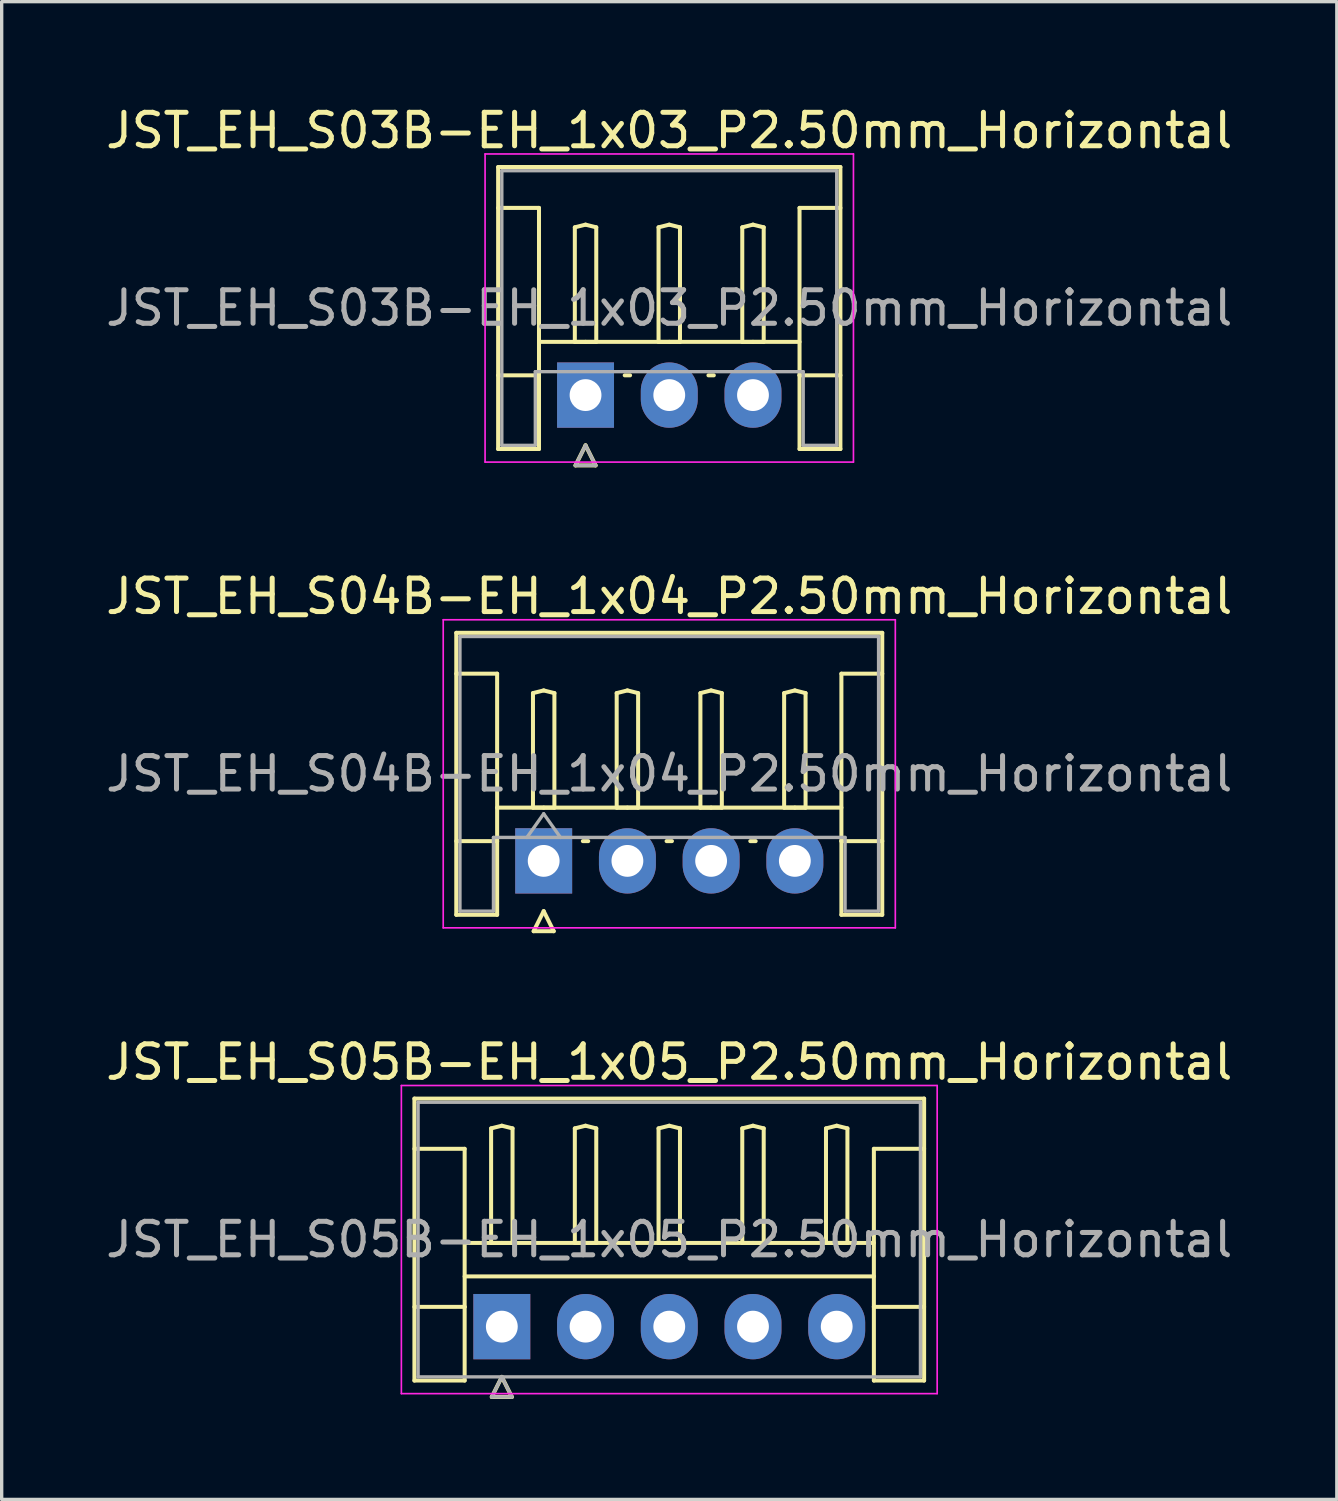
<source format=kicad_pcb>
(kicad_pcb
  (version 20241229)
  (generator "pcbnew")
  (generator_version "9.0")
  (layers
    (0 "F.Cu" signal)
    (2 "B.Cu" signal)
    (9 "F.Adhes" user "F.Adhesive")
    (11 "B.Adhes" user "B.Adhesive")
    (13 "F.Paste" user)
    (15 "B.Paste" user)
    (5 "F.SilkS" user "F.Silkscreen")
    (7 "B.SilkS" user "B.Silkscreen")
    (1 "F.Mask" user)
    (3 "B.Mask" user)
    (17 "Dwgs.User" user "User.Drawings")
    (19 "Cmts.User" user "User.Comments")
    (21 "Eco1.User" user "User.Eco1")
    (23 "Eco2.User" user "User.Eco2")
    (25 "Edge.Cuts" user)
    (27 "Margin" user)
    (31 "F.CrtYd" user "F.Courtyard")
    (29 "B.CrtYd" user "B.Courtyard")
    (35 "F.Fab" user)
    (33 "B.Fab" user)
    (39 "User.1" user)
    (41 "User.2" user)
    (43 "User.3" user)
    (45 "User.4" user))
  (footprint "JST_EH_S05B-EH_1x05_P2.50mm_Horizontal"
    (layer "F.Cu")
    (at 11.935 36.565)
    (property "Reference" "JST_EH_S05B-EH_1x05_P2.50mm_Horizontal" (at 5 -7.9 0) (layer "F.SilkS") (effects (font (size 1 1) (thickness 0.15))))
    (attr through_hole)
    (fp_line (start -2.61 -6.81) (end 12.61 -6.81) (stroke (width 0.12) (type solid)) (layer "F.SilkS"))
    (fp_line (start -2.61 -5.31) (end -1.11 -5.31) (stroke (width 0.12) (type solid)) (layer "F.SilkS"))
    (fp_line (start -2.61 1.61) (end -2.61 -6.81) (stroke (width 0.12) (type solid)) (layer "F.SilkS"))
    (fp_line (start -1.11 -5.31) (end -1.11 -0.59) (stroke (width 0.12) (type solid)) (layer "F.SilkS"))
    (fp_line (start -1.11 -2.5) (end 11.11 -2.5) (stroke (width 0.12) (type solid)) (layer "F.SilkS"))
    (fp_line (start -1.11 -1.5) (end 11.11 -1.5) (stroke (width 0.12) (type solid)) (layer "F.SilkS"))
    (fp_line (start -1.11 -0.59) (end -2.61 -0.59) (stroke (width 0.12) (type solid)) (layer "F.SilkS"))
    (fp_line (start -1.11 -0.59) (end -1.11 1.61) (stroke (width 0.12) (type solid)) (layer "F.SilkS"))
    (fp_line (start -1.11 1.61) (end -2.61 1.61) (stroke (width 0.12) (type solid)) (layer "F.SilkS"))
    (fp_line (start -0.32 -5.92) (end 0 -6) (stroke (width 0.12) (type solid)) (layer "F.SilkS"))
    (fp_line (start -0.32 -2.5) (end -0.32 -5.92) (stroke (width 0.12) (type solid)) (layer "F.SilkS"))
    (fp_line (start -0.3 2.1) (end 0.3 2.1) (stroke (width 0.12) (type solid)) (layer "F.SilkS"))
    (fp_line (start 0 -6) (end 0.32 -5.92) (stroke (width 0.12) (type solid)) (layer "F.SilkS"))
    (fp_line (start 0 -2.5) (end -0.32 -2.5) (stroke (width 0.12) (type solid)) (layer "F.SilkS"))
    (fp_line (start 0 1.5) (end -0.3 2.1) (stroke (width 0.12) (type solid)) (layer "F.SilkS"))
    (fp_line (start 0.3 2.1) (end 0 1.5) (stroke (width 0.12) (type solid)) (layer "F.SilkS"))
    (fp_line (start 0.32 -5.92) (end 0.32 -2.5) (stroke (width 0.12) (type solid)) (layer "F.SilkS"))
    (fp_line (start 0.32 -2.5) (end 0 -2.5) (stroke (width 0.12) (type solid)) (layer "F.SilkS"))
    (fp_line (start 2.18 -5.92) (end 2.5 -6) (stroke (width 0.12) (type solid)) (layer "F.SilkS"))
    (fp_line (start 2.18 -2.5) (end 2.18 -5.92) (stroke (width 0.12) (type solid)) (layer "F.SilkS"))
    (fp_line (start 2.5 -6) (end 2.82 -5.92) (stroke (width 0.12) (type solid)) (layer "F.SilkS"))
    (fp_line (start 2.5 -2.5) (end 2.18 -2.5) (stroke (width 0.12) (type solid)) (layer "F.SilkS"))
    (fp_line (start 2.82 -5.92) (end 2.82 -2.5) (stroke (width 0.12) (type solid)) (layer "F.SilkS"))
    (fp_line (start 2.82 -2.5) (end 2.5 -2.5) (stroke (width 0.12) (type solid)) (layer "F.SilkS"))
    (fp_line (start 4.68 -5.92) (end 5 -6) (stroke (width 0.12) (type solid)) (layer "F.SilkS"))
    (fp_line (start 4.68 -2.5) (end 4.68 -5.92) (stroke (width 0.12) (type solid)) (layer "F.SilkS"))
    (fp_line (start 5 -6) (end 5.32 -5.92) (stroke (width 0.12) (type solid)) (layer "F.SilkS"))
    (fp_line (start 5 -2.5) (end 4.68 -2.5) (stroke (width 0.12) (type solid)) (layer "F.SilkS"))
    (fp_line (start 5.32 -5.92) (end 5.32 -2.5) (stroke (width 0.12) (type solid)) (layer "F.SilkS"))
    (fp_line (start 5.32 -2.5) (end 5 -2.5) (stroke (width 0.12) (type solid)) (layer "F.SilkS"))
    (fp_line (start 7.18 -5.92) (end 7.5 -6) (stroke (width 0.12) (type solid)) (layer "F.SilkS"))
    (fp_line (start 7.18 -2.5) (end 7.18 -5.92) (stroke (width 0.12) (type solid)) (layer "F.SilkS"))
    (fp_line (start 7.5 -6) (end 7.82 -5.92) (stroke (width 0.12) (type solid)) (layer "F.SilkS"))
    (fp_line (start 7.5 -2.5) (end 7.18 -2.5) (stroke (width 0.12) (type solid)) (layer "F.SilkS"))
    (fp_line (start 7.82 -5.92) (end 7.82 -2.5) (stroke (width 0.12) (type solid)) (layer "F.SilkS"))
    (fp_line (start 7.82 -2.5) (end 7.5 -2.5) (stroke (width 0.12) (type solid)) (layer "F.SilkS"))
    (fp_line (start 9.68 -5.92) (end 10 -6) (stroke (width 0.12) (type solid)) (layer "F.SilkS"))
    (fp_line (start 9.68 -2.5) (end 9.68 -5.92) (stroke (width 0.12) (type solid)) (layer "F.SilkS"))
    (fp_line (start 10 -6) (end 10.32 -5.92) (stroke (width 0.12) (type solid)) (layer "F.SilkS"))
    (fp_line (start 10 -2.5) (end 9.68 -2.5) (stroke (width 0.12) (type solid)) (layer "F.SilkS"))
    (fp_line (start 10.32 -5.92) (end 10.32 -2.5) (stroke (width 0.12) (type solid)) (layer "F.SilkS"))
    (fp_line (start 10.32 -2.5) (end 10 -2.5) (stroke (width 0.12) (type solid)) (layer "F.SilkS"))
    (fp_line (start 11.11 -5.31) (end 11.11 -0.59) (stroke (width 0.12) (type solid)) (layer "F.SilkS"))
    (fp_line (start 11.11 -0.59) (end 12.61 -0.59) (stroke (width 0.12) (type solid)) (layer "F.SilkS"))
    (fp_line (start 11.11 1.61) (end 11.11 -0.59) (stroke (width 0.12) (type solid)) (layer "F.SilkS"))
    (fp_line (start 12.61 -6.81) (end 12.61 1.61) (stroke (width 0.12) (type solid)) (layer "F.SilkS"))
    (fp_line (start 12.61 -5.31) (end 11.11 -5.31) (stroke (width 0.12) (type solid)) (layer "F.SilkS"))
    (fp_line (start 12.61 1.61) (end 11.11 1.61) (stroke (width 0.12) (type solid)) (layer "F.SilkS"))
    (fp_line (start -3 -7.2) (end -3 2) (stroke (width 0.05) (type solid)) (layer "F.CrtYd"))
    (fp_line (start -3 2) (end 13 2) (stroke (width 0.05) (type solid)) (layer "F.CrtYd"))
    (fp_line (start 13 -7.2) (end -3 -7.2) (stroke (width 0.05) (type solid)) (layer "F.CrtYd"))
    (fp_line (start 13 2) (end 13 -7.2) (stroke (width 0.05) (type solid)) (layer "F.CrtYd"))
    (fp_line (start -2.5 -6.7) (end -2.5 1.5) (stroke (width 0.1) (type solid)) (layer "F.Fab"))
    (fp_line (start -2.5 1.5) (end 12.5 1.5) (stroke (width 0.1) (type solid)) (layer "F.Fab"))
    (fp_line (start -0.3 2.1) (end 0.3 2.1) (stroke (width 0.1) (type solid)) (layer "F.Fab"))
    (fp_line (start 0 1.5) (end -0.3 2.1) (stroke (width 0.1) (type solid)) (layer "F.Fab"))
    (fp_line (start 0.3 2.1) (end 0 1.5) (stroke (width 0.1) (type solid)) (layer "F.Fab"))
    (fp_line (start 12.5 -6.7) (end -2.5 -6.7) (stroke (width 0.1) (type solid)) (layer "F.Fab"))
    (fp_line (start 12.5 1.5) (end 12.5 -6.7) (stroke (width 0.1) (type solid)) (layer "F.Fab"))
    (fp_text user "${REFERENCE}" (at 5 -2.6 0) (layer "F.Fab") (effects (font (size 1 1) (thickness 0.15))))
    (pad "1" thru_hole rect (at 0 0) (size 1.7 1.95) (drill 0.95) (layers "*.Cu" "*.Mask"))
    (pad "2" thru_hole oval (at 2.5 0) (size 1.7 1.95) (drill 0.95) (layers "*.Cu" "*.Mask"))
    (pad "3" thru_hole oval (at 5 0) (size 1.7 1.95) (drill 0.95) (layers "*.Cu" "*.Mask"))
    (pad "4" thru_hole oval (at 7.5 0) (size 1.7 1.95) (drill 0.95) (layers "*.Cu" "*.Mask"))
    (pad "5" thru_hole oval (at 10 0) (size 1.7 1.95) (drill 0.95) (layers "*.Cu" "*.Mask")))
  (footprint "JST_EH_S04B-EH_1x04_P2.50mm_Horizontal"
    (layer "F.Cu")
    (at 13.185 22.657)
    (property "Reference" "JST_EH_S04B-EH_1x04_P2.50mm_Horizontal" (at 3.75 -7.9 0) (layer "F.SilkS") (effects (font (size 1 1) (thickness 0.15))))
    (attr through_hole)
    (fp_line (start -2.61 -6.81) (end 10.11 -6.81) (stroke (width 0.12) (type solid)) (layer "F.SilkS"))
    (fp_line (start -2.61 -5.59) (end -1.39 -5.59) (stroke (width 0.12) (type solid)) (layer "F.SilkS"))
    (fp_line (start -2.61 1.61) (end -2.61 -6.81) (stroke (width 0.12) (type solid)) (layer "F.SilkS"))
    (fp_line (start -1.39 -5.59) (end -1.39 -0.59) (stroke (width 0.12) (type solid)) (layer "F.SilkS"))
    (fp_line (start -1.39 -1.59) (end 8.89 -1.59) (stroke (width 0.12) (type solid)) (layer "F.SilkS"))
    (fp_line (start -1.39 -0.59) (end -2.61 -0.59) (stroke (width 0.12) (type solid)) (layer "F.SilkS"))
    (fp_line (start -1.39 -0.59) (end -1.39 1.61) (stroke (width 0.12) (type solid)) (layer "F.SilkS"))
    (fp_line (start -1.39 1.61) (end -2.61 1.61) (stroke (width 0.12) (type solid)) (layer "F.SilkS"))
    (fp_line (start -0.32 -5.01) (end 0 -5.09) (stroke (width 0.12) (type solid)) (layer "F.SilkS"))
    (fp_line (start -0.32 -1.59) (end -0.32 -5.01) (stroke (width 0.12) (type solid)) (layer "F.SilkS"))
    (fp_line (start -0.3 2.1) (end 0.3 2.1) (stroke (width 0.12) (type solid)) (layer "F.SilkS"))
    (fp_line (start 0 -5.09) (end 0.32 -5.01) (stroke (width 0.12) (type solid)) (layer "F.SilkS"))
    (fp_line (start 0 -1.59) (end -0.32 -1.59) (stroke (width 0.12) (type solid)) (layer "F.SilkS"))
    (fp_line (start 0 1.5) (end -0.3 2.1) (stroke (width 0.12) (type solid)) (layer "F.SilkS"))
    (fp_line (start 0.3 2.1) (end 0 1.5) (stroke (width 0.12) (type solid)) (layer "F.SilkS"))
    (fp_line (start 0.32 -5.01) (end 0.32 -1.59) (stroke (width 0.12) (type solid)) (layer "F.SilkS"))
    (fp_line (start 0.32 -1.59) (end 0 -1.59) (stroke (width 0.12) (type solid)) (layer "F.SilkS"))
    (fp_line (start 1.17 -0.59) (end 1.33 -0.59) (stroke (width 0.12) (type solid)) (layer "F.SilkS"))
    (fp_line (start 2.18 -5.01) (end 2.5 -5.09) (stroke (width 0.12) (type solid)) (layer "F.SilkS"))
    (fp_line (start 2.18 -1.59) (end 2.18 -5.01) (stroke (width 0.12) (type solid)) (layer "F.SilkS"))
    (fp_line (start 2.5 -5.09) (end 2.82 -5.01) (stroke (width 0.12) (type solid)) (layer "F.SilkS"))
    (fp_line (start 2.5 -1.59) (end 2.18 -1.59) (stroke (width 0.12) (type solid)) (layer "F.SilkS"))
    (fp_line (start 2.82 -5.01) (end 2.82 -1.59) (stroke (width 0.12) (type solid)) (layer "F.SilkS"))
    (fp_line (start 2.82 -1.59) (end 2.5 -1.59) (stroke (width 0.12) (type solid)) (layer "F.SilkS"))
    (fp_line (start 3.67 -0.59) (end 3.83 -0.59) (stroke (width 0.12) (type solid)) (layer "F.SilkS"))
    (fp_line (start 4.68 -5.01) (end 5 -5.09) (stroke (width 0.12) (type solid)) (layer "F.SilkS"))
    (fp_line (start 4.68 -1.59) (end 4.68 -5.01) (stroke (width 0.12) (type solid)) (layer "F.SilkS"))
    (fp_line (start 5 -5.09) (end 5.32 -5.01) (stroke (width 0.12) (type solid)) (layer "F.SilkS"))
    (fp_line (start 5 -1.59) (end 4.68 -1.59) (stroke (width 0.12) (type solid)) (layer "F.SilkS"))
    (fp_line (start 5.32 -5.01) (end 5.32 -1.59) (stroke (width 0.12) (type solid)) (layer "F.SilkS"))
    (fp_line (start 5.32 -1.59) (end 5 -1.59) (stroke (width 0.12) (type solid)) (layer "F.SilkS"))
    (fp_line (start 6.17 -0.59) (end 6.33 -0.59) (stroke (width 0.12) (type solid)) (layer "F.SilkS"))
    (fp_line (start 7.18 -5.01) (end 7.5 -5.09) (stroke (width 0.12) (type solid)) (layer "F.SilkS"))
    (fp_line (start 7.18 -1.59) (end 7.18 -5.01) (stroke (width 0.12) (type solid)) (layer "F.SilkS"))
    (fp_line (start 7.5 -5.09) (end 7.82 -5.01) (stroke (width 0.12) (type solid)) (layer "F.SilkS"))
    (fp_line (start 7.5 -1.59) (end 7.18 -1.59) (stroke (width 0.12) (type solid)) (layer "F.SilkS"))
    (fp_line (start 7.82 -5.01) (end 7.82 -1.59) (stroke (width 0.12) (type solid)) (layer "F.SilkS"))
    (fp_line (start 7.82 -1.59) (end 7.5 -1.59) (stroke (width 0.12) (type solid)) (layer "F.SilkS"))
    (fp_line (start 8.89 -5.59) (end 8.89 -0.59) (stroke (width 0.12) (type solid)) (layer "F.SilkS"))
    (fp_line (start 8.89 -0.59) (end 10.11 -0.59) (stroke (width 0.12) (type solid)) (layer "F.SilkS"))
    (fp_line (start 8.89 1.61) (end 8.89 -0.59) (stroke (width 0.12) (type solid)) (layer "F.SilkS"))
    (fp_line (start 10.11 -6.81) (end 10.11 1.61) (stroke (width 0.12) (type solid)) (layer "F.SilkS"))
    (fp_line (start 10.11 -5.59) (end 8.89 -5.59) (stroke (width 0.12) (type solid)) (layer "F.SilkS"))
    (fp_line (start 10.11 1.61) (end 8.89 1.61) (stroke (width 0.12) (type solid)) (layer "F.SilkS"))
    (fp_line (start -3 -7.2) (end -3 2) (stroke (width 0.05) (type solid)) (layer "F.CrtYd"))
    (fp_line (start -3 2) (end 10.5 2) (stroke (width 0.05) (type solid)) (layer "F.CrtYd"))
    (fp_line (start 10.5 -7.2) (end -3 -7.2) (stroke (width 0.05) (type solid)) (layer "F.CrtYd"))
    (fp_line (start 10.5 2) (end 10.5 -7.2) (stroke (width 0.05) (type solid)) (layer "F.CrtYd"))
    (fp_line (start -2.5 -6.7) (end 10 -6.7) (stroke (width 0.1) (type solid)) (layer "F.Fab"))
    (fp_line (start -2.5 1.5) (end -2.5 -6.7) (stroke (width 0.1) (type solid)) (layer "F.Fab"))
    (fp_line (start -1.5 -0.7) (end -1.5 1.5) (stroke (width 0.1) (type solid)) (layer "F.Fab"))
    (fp_line (start -1.5 1.5) (end -2.5 1.5) (stroke (width 0.1) (type solid)) (layer "F.Fab"))
    (fp_line (start -0.5 -0.7) (end 0 -1.407) (stroke (width 0.1) (type solid)) (layer "F.Fab"))
    (fp_line (start 0 -1.407) (end 0.5 -0.7) (stroke (width 0.1) (type solid)) (layer "F.Fab"))
    (fp_line (start 9 -0.7) (end -1.5 -0.7) (stroke (width 0.1) (type solid)) (layer "F.Fab"))
    (fp_line (start 9 1.5) (end 9 -0.7) (stroke (width 0.1) (type solid)) (layer "F.Fab"))
    (fp_line (start 10 -6.7) (end 10 1.5) (stroke (width 0.1) (type solid)) (layer "F.Fab"))
    (fp_line (start 10 1.5) (end 9 1.5) (stroke (width 0.1) (type solid)) (layer "F.Fab"))
    (fp_text user "${REFERENCE}" (at 3.75 -2.6 0) (layer "F.Fab") (effects (font (size 1 1) (thickness 0.15))))
    (pad "1" thru_hole rect (at 0 0) (size 1.7 1.95) (drill 0.95) (layers "*.Cu" "*.Mask"))
    (pad "2" thru_hole oval (at 2.5 0) (size 1.7 1.95) (drill 0.95) (layers "*.Cu" "*.Mask"))
    (pad "3" thru_hole oval (at 5 0) (size 1.7 1.95) (drill 0.95) (layers "*.Cu" "*.Mask"))
    (pad "4" thru_hole oval (at 7.5 0) (size 1.7 1.95) (drill 0.95) (layers "*.Cu" "*.Mask")))
  (footprint "JST_EH_S03B-EH_1x03_P2.50mm_Horizontal"
    (layer "F.Cu")
    (at 14.435 8.748)
    (property "Reference" "JST_EH_S03B-EH_1x03_P2.50mm_Horizontal" (at 2.5 -7.9 0) (layer "F.SilkS") (effects (font (size 1 1) (thickness 0.15))))
    (attr through_hole)
    (fp_line (start -2.61 -6.81) (end 7.61 -6.81) (stroke (width 0.12) (type solid)) (layer "F.SilkS"))
    (fp_line (start -2.61 -5.59) (end -1.39 -5.59) (stroke (width 0.12) (type solid)) (layer "F.SilkS"))
    (fp_line (start -2.61 1.61) (end -2.61 -6.81) (stroke (width 0.12) (type solid)) (layer "F.SilkS"))
    (fp_line (start -1.39 -5.59) (end -1.39 -0.59) (stroke (width 0.12) (type solid)) (layer "F.SilkS"))
    (fp_line (start -1.39 -1.59) (end 6.39 -1.59) (stroke (width 0.12) (type solid)) (layer "F.SilkS"))
    (fp_line (start -1.39 -0.59) (end -2.61 -0.59) (stroke (width 0.12) (type solid)) (layer "F.SilkS"))
    (fp_line (start -1.39 -0.59) (end -1.39 1.61) (stroke (width 0.12) (type solid)) (layer "F.SilkS"))
    (fp_line (start -1.39 1.61) (end -2.61 1.61) (stroke (width 0.12) (type solid)) (layer "F.SilkS"))
    (fp_line (start -0.32 -5.01) (end 0 -5.09) (stroke (width 0.12) (type solid)) (layer "F.SilkS"))
    (fp_line (start -0.32 -1.59) (end -0.32 -5.01) (stroke (width 0.12) (type solid)) (layer "F.SilkS"))
    (fp_line (start -0.3 2.1) (end 0.3 2.1) (stroke (width 0.12) (type solid)) (layer "F.SilkS"))
    (fp_line (start 0 -5.09) (end 0.32 -5.01) (stroke (width 0.12) (type solid)) (layer "F.SilkS"))
    (fp_line (start 0 -1.59) (end -0.32 -1.59) (stroke (width 0.12) (type solid)) (layer "F.SilkS"))
    (fp_line (start 0 1.5) (end -0.3 2.1) (stroke (width 0.12) (type solid)) (layer "F.SilkS"))
    (fp_line (start 0.3 2.1) (end 0 1.5) (stroke (width 0.12) (type solid)) (layer "F.SilkS"))
    (fp_line (start 0.32 -5.01) (end 0.32 -1.59) (stroke (width 0.12) (type solid)) (layer "F.SilkS"))
    (fp_line (start 0.32 -1.59) (end 0 -1.59) (stroke (width 0.12) (type solid)) (layer "F.SilkS"))
    (fp_line (start 1.17 -0.59) (end 1.33 -0.59) (stroke (width 0.12) (type solid)) (layer "F.SilkS"))
    (fp_line (start 2.18 -5.01) (end 2.5 -5.09) (stroke (width 0.12) (type solid)) (layer "F.SilkS"))
    (fp_line (start 2.18 -1.59) (end 2.18 -5.01) (stroke (width 0.12) (type solid)) (layer "F.SilkS"))
    (fp_line (start 2.5 -5.09) (end 2.82 -5.01) (stroke (width 0.12) (type solid)) (layer "F.SilkS"))
    (fp_line (start 2.5 -1.59) (end 2.18 -1.59) (stroke (width 0.12) (type solid)) (layer "F.SilkS"))
    (fp_line (start 2.82 -5.01) (end 2.82 -1.59) (stroke (width 0.12) (type solid)) (layer "F.SilkS"))
    (fp_line (start 2.82 -1.59) (end 2.5 -1.59) (stroke (width 0.12) (type solid)) (layer "F.SilkS"))
    (fp_line (start 3.67 -0.59) (end 3.83 -0.59) (stroke (width 0.12) (type solid)) (layer "F.SilkS"))
    (fp_line (start 4.68 -5.01) (end 5 -5.09) (stroke (width 0.12) (type solid)) (layer "F.SilkS"))
    (fp_line (start 4.68 -1.59) (end 4.68 -5.01) (stroke (width 0.12) (type solid)) (layer "F.SilkS"))
    (fp_line (start 5 -5.09) (end 5.32 -5.01) (stroke (width 0.12) (type solid)) (layer "F.SilkS"))
    (fp_line (start 5 -1.59) (end 4.68 -1.59) (stroke (width 0.12) (type solid)) (layer "F.SilkS"))
    (fp_line (start 5.32 -5.01) (end 5.32 -1.59) (stroke (width 0.12) (type solid)) (layer "F.SilkS"))
    (fp_line (start 5.32 -1.59) (end 5 -1.59) (stroke (width 0.12) (type solid)) (layer "F.SilkS"))
    (fp_line (start 6.39 -5.59) (end 6.39 -0.59) (stroke (width 0.12) (type solid)) (layer "F.SilkS"))
    (fp_line (start 6.39 -0.59) (end 7.61 -0.59) (stroke (width 0.12) (type solid)) (layer "F.SilkS"))
    (fp_line (start 6.39 1.61) (end 6.39 -0.59) (stroke (width 0.12) (type solid)) (layer "F.SilkS"))
    (fp_line (start 7.61 -6.81) (end 7.61 1.61) (stroke (width 0.12) (type solid)) (layer "F.SilkS"))
    (fp_line (start 7.61 -5.59) (end 6.39 -5.59) (stroke (width 0.12) (type solid)) (layer "F.SilkS"))
    (fp_line (start 7.61 1.61) (end 6.39 1.61) (stroke (width 0.12) (type solid)) (layer "F.SilkS"))
    (fp_line (start -3 -7.2) (end -3 2) (stroke (width 0.05) (type solid)) (layer "F.CrtYd"))
    (fp_line (start -3 2) (end 8 2) (stroke (width 0.05) (type solid)) (layer "F.CrtYd"))
    (fp_line (start 8 -7.2) (end -3 -7.2) (stroke (width 0.05) (type solid)) (layer "F.CrtYd"))
    (fp_line (start 8 2) (end 8 -7.2) (stroke (width 0.05) (type solid)) (layer "F.CrtYd"))
    (fp_line (start -2.5 -6.7) (end 7.5 -6.7) (stroke (width 0.1) (type solid)) (layer "F.Fab"))
    (fp_line (start -2.5 1.5) (end -2.5 -6.7) (stroke (width 0.1) (type solid)) (layer "F.Fab"))
    (fp_line (start -1.5 -0.7) (end -1.5 1.5) (stroke (width 0.1) (type solid)) (layer "F.Fab"))
    (fp_line (start -1.5 1.5) (end -2.5 1.5) (stroke (width 0.1) (type solid)) (layer "F.Fab"))
    (fp_line (start -0.3 2.1) (end 0.3 2.1) (stroke (width 0.1) (type solid)) (layer "F.Fab"))
    (fp_line (start 0 1.5) (end -0.3 2.1) (stroke (width 0.1) (type solid)) (layer "F.Fab"))
    (fp_line (start 0.3 2.1) (end 0 1.5) (stroke (width 0.1) (type solid)) (layer "F.Fab"))
    (fp_line (start 6.5 -0.7) (end -1.5 -0.7) (stroke (width 0.1) (type solid)) (layer "F.Fab"))
    (fp_line (start 6.5 1.5) (end 6.5 -0.7) (stroke (width 0.1) (type solid)) (layer "F.Fab"))
    (fp_line (start 7.5 -6.7) (end 7.5 1.5) (stroke (width 0.1) (type solid)) (layer "F.Fab"))
    (fp_line (start 7.5 1.5) (end 6.5 1.5) (stroke (width 0.1) (type solid)) (layer "F.Fab"))
    (fp_text user "${REFERENCE}" (at 2.5 -2.6 0) (layer "F.Fab") (effects (font (size 1 1) (thickness 0.15))))
    (pad "1" thru_hole rect (at 0 0) (size 1.7 1.95) (drill 0.95) (layers "*.Cu" "*.Mask"))
    (pad "2" thru_hole oval (at 2.5 0) (size 1.7 1.95) (drill 0.95) (layers "*.Cu" "*.Mask"))
    (pad "3" thru_hole oval (at 5 0) (size 1.7 1.95) (drill 0.95) (layers "*.Cu" "*.Mask")))
  (gr_rect
    (start -3 -3)
    (end 36.869 41.725)
    (stroke (width 0.1) (type default))
    (fill no)
    (layer "Edge.Cuts")))
</source>
